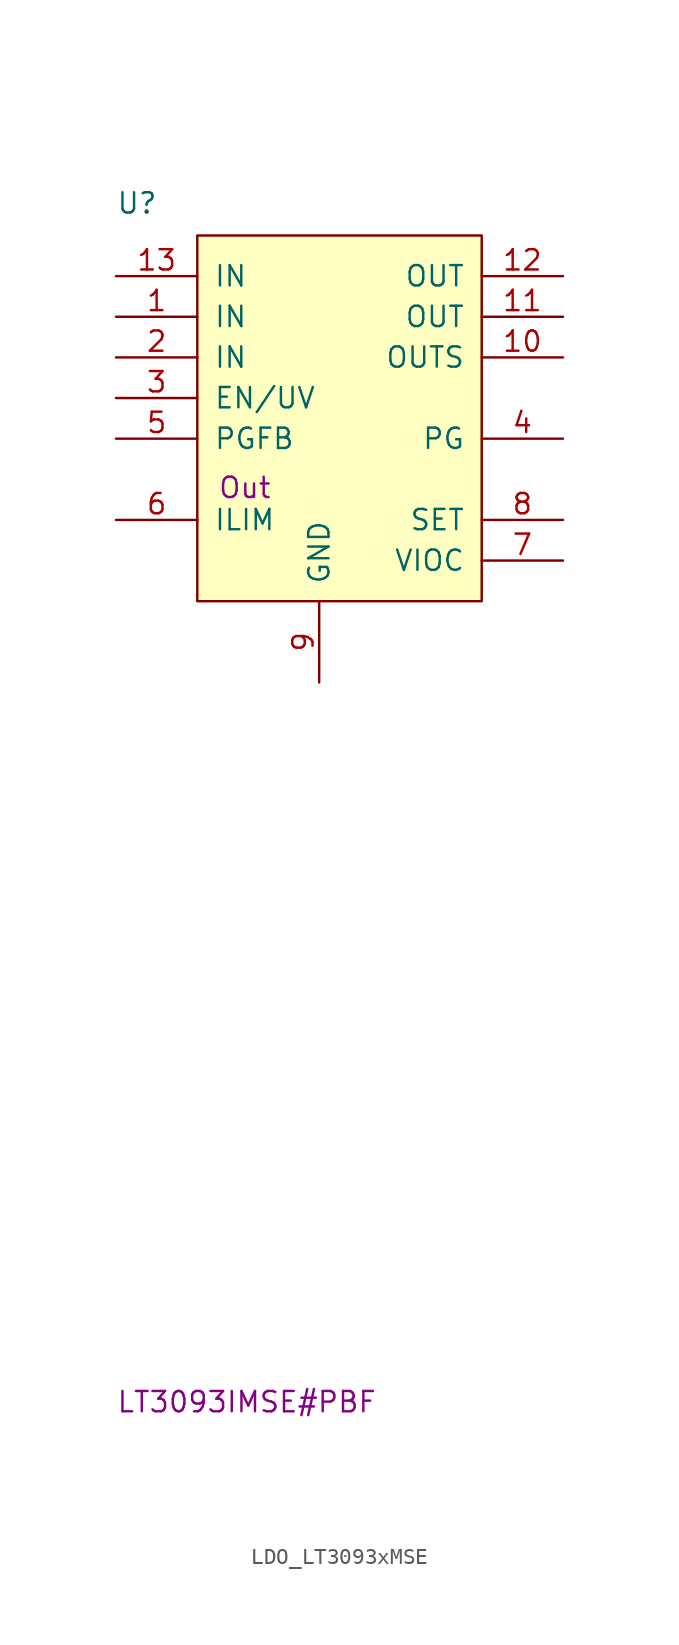
<source format=kicad_sym>
(kicad_symbol_lib
  (version 20231120)
  (generator "kicad_symbol_editor")
  (generator_version "7.99")
  (symbol "LDO_LT3093xMSE"
    (pin_names
      (offset 1.016))
    (property "Reference" "U"
      (at -5.08 1.27 0)
      (effects (font (size 1.27 1.27)) (justify left bottom)))
    (property "ValueP" "LT3093IMSE#PBF"
      (at -5.08 -73.66 0)
      (effects (font (size 1.27 1.27)) (justify left bottom)))
    (property "user" "Out"
      (at 1.27 -16.51 0)
      (effects (font (size 1.27 1.27)) (justify left bottom)))
    (symbol "LDO_LT3093xMSE_1_1"
      (rectangle (start 0 -22.86) (end 17.78 0) (stroke (width 0) (type solid)) (fill (type background)))
      (pin input line (at -5.08 -5.08 0) (length 5.08) (name "IN" (effects (font (size 1.27 1.27)))) (number "1" (effects (font (size 1.27 1.27)))))
      (pin input line (at 22.86 -7.62 180) (length 5.08) (name "OUTS" (effects (font (size 1.27 1.27)))) (number "10" (effects (font (size 1.27 1.27)))))
      (pin passive line (at 22.86 -5.08 180) (length 5.08) (name "OUT" (effects (font (size 1.27 1.27)))) (number "11" (effects (font (size 1.27 1.27)))))
      (pin output line (at 22.86 -2.54 180) (length 5.08) (name "OUT" (effects (font (size 1.27 1.27)))) (number "12" (effects (font (size 1.27 1.27)))))
      (pin input line (at -5.08 -2.54 0) (length 5.08) (name "IN" (effects (font (size 1.27 1.27)))) (number "13" (effects (font (size 1.27 1.27)))))
      (pin input line (at -5.08 -7.62 0) (length 5.08) (name "IN" (effects (font (size 1.27 1.27)))) (number "2" (effects (font (size 1.27 1.27)))))
      (pin input line (at -5.08 -10.16 0) (length 5.08) (name "EN/UV" (effects (font (size 1.27 1.27)))) (number "3" (effects (font (size 1.27 1.27)))))
      (pin passive line (at 22.86 -12.7 180) (length 5.08) (name "PG" (effects (font (size 1.27 1.27)))) (number "4" (effects (font (size 1.27 1.27)))))
      (pin input line (at -5.08 -12.7 0) (length 5.08) (name "PGFB" (effects (font (size 1.27 1.27)))) (number "5" (effects (font (size 1.27 1.27)))))
      (pin input line (at -5.08 -17.78 0) (length 5.08) (name "ILIM" (effects (font (size 1.27 1.27)))) (number "6" (effects (font (size 1.27 1.27)))))
      (pin output line (at 22.86 -20.32 180) (length 5.08) (name "VIOC" (effects (font (size 1.27 1.27)))) (number "7" (effects (font (size 1.27 1.27)))))
      (pin input line (at 22.86 -17.78 180) (length 5.08) (name "SET" (effects (font (size 1.27 1.27)))) (number "8" (effects (font (size 1.27 1.27)))))
      (pin input line (at 7.62 -27.94 90) (length 5.08) (name "GND" (effects (font (size 1.27 1.27)))) (number "9" (effects (font (size 1.27 1.27))))))))
</source>
